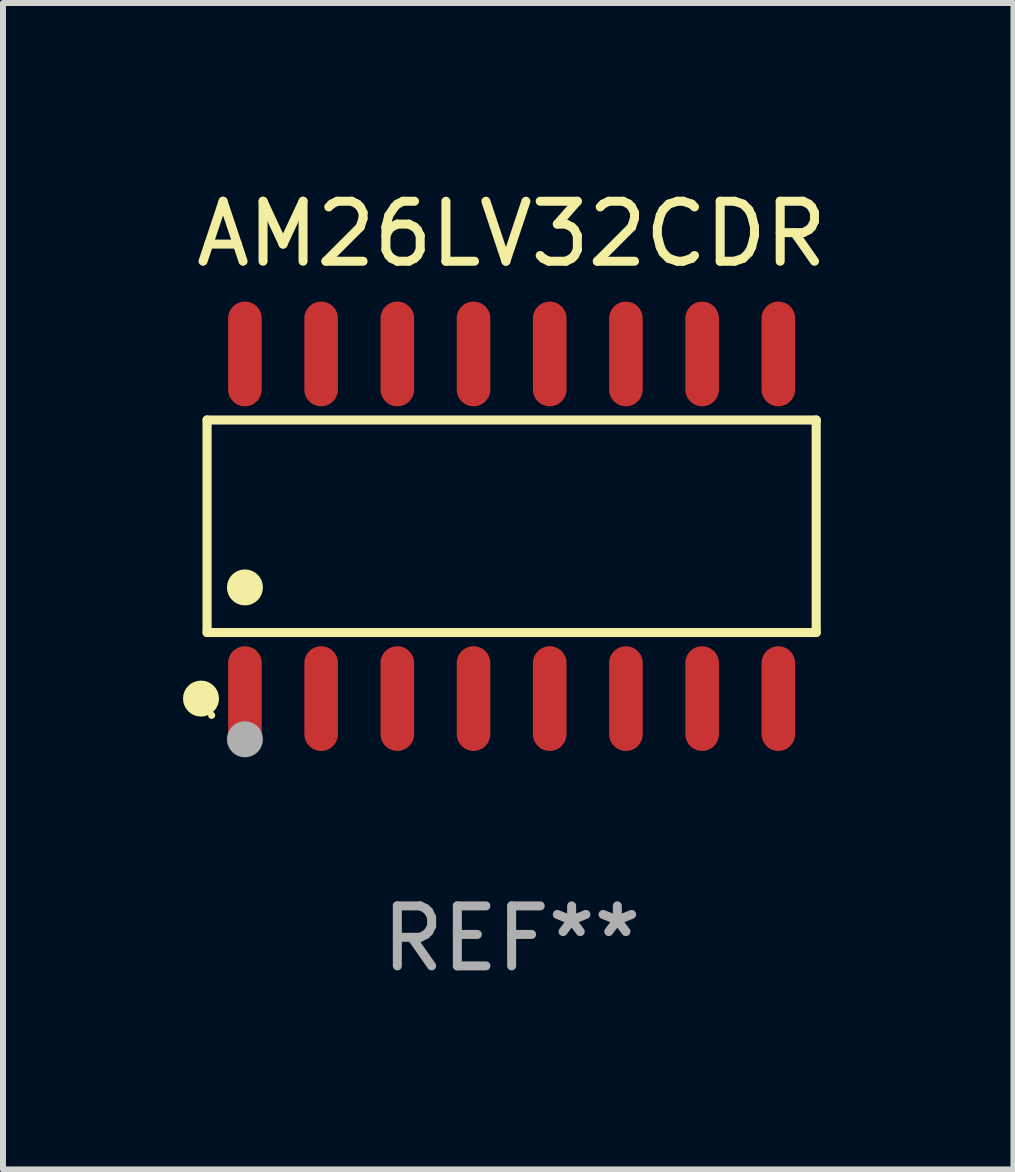
<source format=kicad_pcb>
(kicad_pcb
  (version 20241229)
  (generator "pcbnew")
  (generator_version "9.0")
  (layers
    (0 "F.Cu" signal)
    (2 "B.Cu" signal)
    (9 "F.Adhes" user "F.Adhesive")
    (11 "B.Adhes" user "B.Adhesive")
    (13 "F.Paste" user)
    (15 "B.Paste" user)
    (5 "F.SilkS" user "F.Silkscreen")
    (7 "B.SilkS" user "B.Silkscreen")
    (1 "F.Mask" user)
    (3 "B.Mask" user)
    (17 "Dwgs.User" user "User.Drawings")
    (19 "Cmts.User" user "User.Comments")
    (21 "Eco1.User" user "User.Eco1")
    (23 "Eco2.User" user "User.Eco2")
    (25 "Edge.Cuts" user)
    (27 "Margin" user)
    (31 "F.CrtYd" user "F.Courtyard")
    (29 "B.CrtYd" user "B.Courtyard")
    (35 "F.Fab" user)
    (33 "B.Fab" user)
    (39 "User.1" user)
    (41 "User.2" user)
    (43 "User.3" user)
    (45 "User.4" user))
  (footprint "AM26LV32CDR"
    (layer "F.Cu")
    (at 5.477 5.721)
    (property "Reference" "AM26LV32CDR" (at 0 -4.872 0) (layer "F.SilkS") (effects (font (size 1 1) (thickness 0.15))))
    (attr through_hole)
    (fp_line (start -5.076 -1.771) (end 5.076 -1.771) (stroke (width 0.152) (type solid)) (layer "F.SilkS"))
    (fp_line (start -5.076 1.771) (end -5.076 -1.771) (stroke (width 0.152) (type solid)) (layer "F.SilkS"))
    (fp_line (start 5.076 -1.771) (end 5.076 1.771) (stroke (width 0.152) (type solid)) (layer "F.SilkS"))
    (fp_line (start 5.076 1.771) (end -5.076 1.771) (stroke (width 0.152) (type solid)) (layer "F.SilkS"))
    (fp_circle (center -5.177 2.872) (end -5.027 2.872) (stroke (width 0.3) (type solid)) (fill no) (layer "F.SilkS"))
    (fp_circle (center -5 3.15) (end -4.97 3.15) (stroke (width 0.06) (type solid)) (fill no) (layer "F.SilkS"))
    (fp_circle (center -4.445 1.019) (end -4.295 1.019) (stroke (width 0.3) (type solid)) (fill no) (layer "F.SilkS"))
    (fp_circle (center -4.445 3.55) (end -4.295 3.55) (stroke (width 0.3) (type solid)) (fill no) (layer "F.Fab"))
    (fp_text user "REF**" (at 0 6.872 0) (layer "F.Fab") (effects (font (size 1 1) (thickness 0.15))))
    (pad "1" smd oval (at -4.445 2.872) (size 0.56 1.745) (layers "F.Cu" "F.Mask" "F.Paste"))
    (pad "2" smd oval (at -3.175 2.872) (size 0.56 1.745) (layers "F.Cu" "F.Mask" "F.Paste"))
    (pad "3" smd oval (at -1.905 2.872) (size 0.56 1.745) (layers "F.Cu" "F.Mask" "F.Paste"))
    (pad "4" smd oval (at -0.635 2.872) (size 0.56 1.745) (layers "F.Cu" "F.Mask" "F.Paste"))
    (pad "5" smd oval (at 0.635 2.872) (size 0.56 1.745) (layers "F.Cu" "F.Mask" "F.Paste"))
    (pad "6" smd oval (at 1.905 2.872) (size 0.56 1.745) (layers "F.Cu" "F.Mask" "F.Paste"))
    (pad "7" smd oval (at 3.175 2.872) (size 0.56 1.745) (layers "F.Cu" "F.Mask" "F.Paste"))
    (pad "8" smd oval (at 4.445 2.872) (size 0.56 1.745) (layers "F.Cu" "F.Mask" "F.Paste"))
    (pad "9" smd oval (at 4.445 -2.872) (size 0.56 1.745) (layers "F.Cu" "F.Mask" "F.Paste"))
    (pad "10" smd oval (at 3.175 -2.872) (size 0.56 1.745) (layers "F.Cu" "F.Mask" "F.Paste"))
    (pad "11" smd oval (at 1.905 -2.872) (size 0.56 1.745) (layers "F.Cu" "F.Mask" "F.Paste"))
    (pad "12" smd oval (at 0.635 -2.872) (size 0.56 1.745) (layers "F.Cu" "F.Mask" "F.Paste"))
    (pad "13" smd oval (at -0.635 -2.872) (size 0.56 1.745) (layers "F.Cu" "F.Mask" "F.Paste"))
    (pad "14" smd oval (at -1.905 -2.872) (size 0.56 1.745) (layers "F.Cu" "F.Mask" "F.Paste"))
    (pad "15" smd oval (at -3.175 -2.872) (size 0.56 1.745) (layers "F.Cu" "F.Mask" "F.Paste"))
    (pad "16" smd oval (at -4.445 -2.872) (size 0.56 1.745) (layers "F.Cu" "F.Mask" "F.Paste")))
  (gr_rect
    (start -3 -3)
    (end 13.841 16.441)
    (stroke (width 0.1) (type default))
    (fill no)
    (layer "Edge.Cuts")))
</source>
